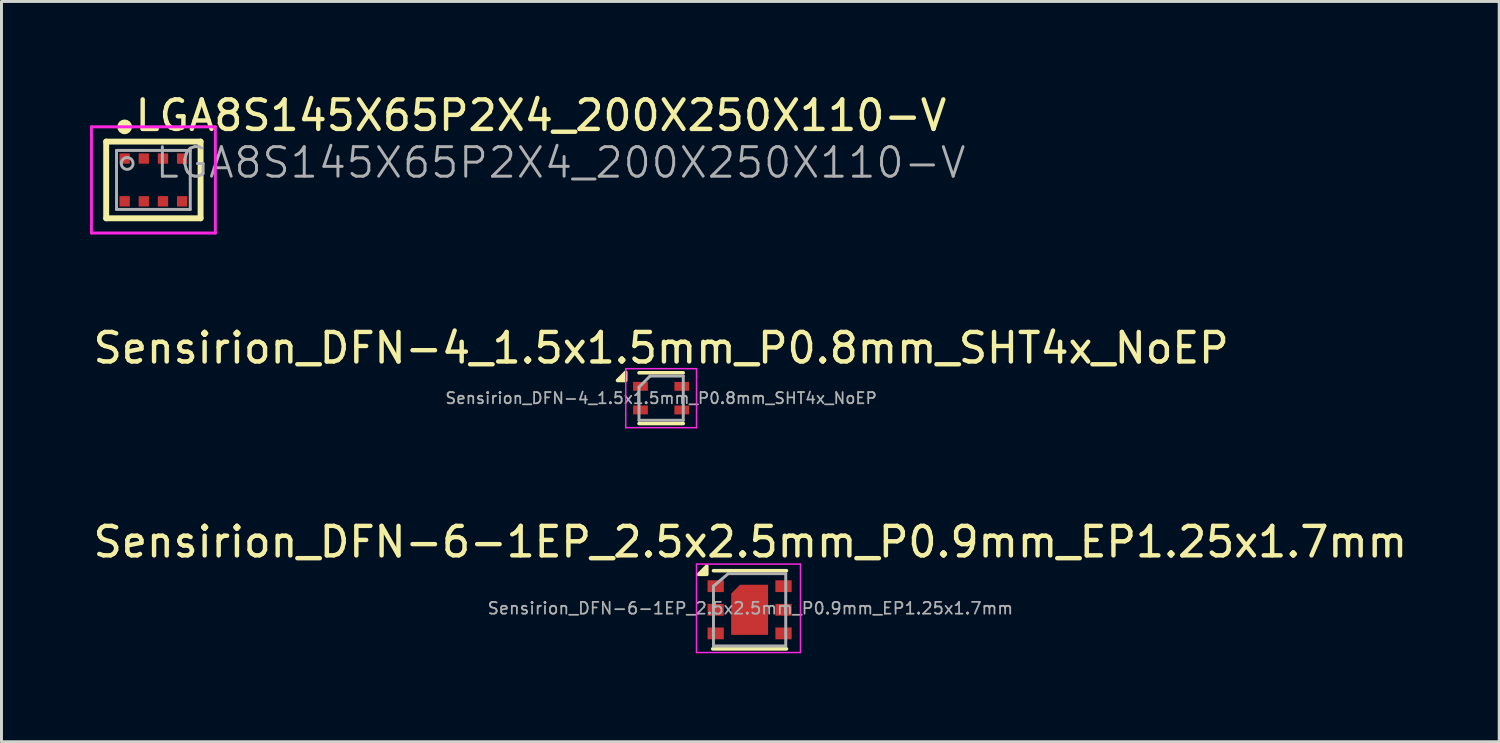
<source format=kicad_pcb>
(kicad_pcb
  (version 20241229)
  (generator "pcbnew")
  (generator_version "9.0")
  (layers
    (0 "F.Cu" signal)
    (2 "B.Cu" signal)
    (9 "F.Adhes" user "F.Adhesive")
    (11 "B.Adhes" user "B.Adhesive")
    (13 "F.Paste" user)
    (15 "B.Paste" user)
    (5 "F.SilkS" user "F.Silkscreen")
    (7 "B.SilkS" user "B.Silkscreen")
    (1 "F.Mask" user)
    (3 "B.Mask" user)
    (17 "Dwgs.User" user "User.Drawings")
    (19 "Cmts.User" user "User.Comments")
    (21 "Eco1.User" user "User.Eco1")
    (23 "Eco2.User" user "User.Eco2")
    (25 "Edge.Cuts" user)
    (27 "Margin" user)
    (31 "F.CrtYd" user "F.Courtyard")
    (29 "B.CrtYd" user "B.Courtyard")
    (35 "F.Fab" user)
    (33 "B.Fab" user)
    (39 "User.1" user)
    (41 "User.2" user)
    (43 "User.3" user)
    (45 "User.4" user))
  (footprint "Sensirion_DFN-4_1.5x1.5mm_P0.8mm_SHT4x_NoEP"
    (layer "F.Cu")
    (at 19.363 10.448)
    (property "Reference" "Sensirion_DFN-4_1.5x1.5mm_P0.8mm_SHT4x_NoEP" (at 0 -1.7 0) (layer "F.SilkS") (effects (font (size 1 1) (thickness 0.15))))
    (attr smd)
    (fp_line (start -0.75 -0.86) (end 0.75 -0.86) (stroke (width 0.12) (type solid)) (layer "F.SilkS"))
    (fp_line (start -0.75 0.86) (end 0.75 0.86) (stroke (width 0.12) (type solid)) (layer "F.SilkS"))
    (fp_poly (pts (xy -1.2 -0.6) (xy -1.48 -0.6) (xy -1.2 -0.88) (xy -1.2 -0.6)) (stroke (width 0.12) (type solid)) (fill yes) (layer "F.SilkS"))
    (fp_line (start -1.2 -1) (end -1.2 1) (stroke (width 0.05) (type solid)) (layer "F.CrtYd"))
    (fp_line (start -1.2 1) (end 1.2 1) (stroke (width 0.05) (type solid)) (layer "F.CrtYd"))
    (fp_line (start 1.2 -1) (end -1.2 -1) (stroke (width 0.05) (type solid)) (layer "F.CrtYd"))
    (fp_line (start 1.2 1) (end 1.2 -1) (stroke (width 0.05) (type solid)) (layer "F.CrtYd"))
    (fp_line (start -0.75 -0.375) (end -0.375 -0.75) (stroke (width 0.1) (type solid)) (layer "F.Fab"))
    (fp_line (start -0.75 0.75) (end -0.75 -0.375) (stroke (width 0.1) (type solid)) (layer "F.Fab"))
    (fp_line (start -0.375 -0.75) (end 0.75 -0.75) (stroke (width 0.1) (type solid)) (layer "F.Fab"))
    (fp_line (start 0.75 -0.75) (end 0.75 0.75) (stroke (width 0.1) (type solid)) (layer "F.Fab"))
    (fp_line (start 0.75 0.75) (end -0.75 0.75) (stroke (width 0.1) (type solid)) (layer "F.Fab"))
    (fp_text user "${REFERENCE}" (at 0 0 0) (layer "F.Fab") (effects (font (size 0.38 0.38) (thickness 0.06))))
    (pad "1" smd rect (at -0.7 -0.4) (size 0.5 0.3) (layers "F.Cu" "F.Mask" "F.Paste"))
    (pad "2" smd rect (at -0.7 0.4) (size 0.5 0.3) (layers "F.Cu" "F.Mask" "F.Paste"))
    (pad "3" smd rect (at 0.7 0.4) (size 0.5 0.3) (layers "F.Cu" "F.Mask" "F.Paste"))
    (pad "4" smd rect (at 0.7 -0.4) (size 0.5 0.3) (layers "F.Cu" "F.Mask" "F.Paste"))
    (zone (net_name "") (layer "F.Cu") (hatch edge 0.508) (connect_pads) (min_thickness 0.254) (filled_areas_thickness no) (keepout (tracks not_allowed) (vias not_allowed) (pads allowed) (copperpour not_allowed) (footprints allowed)) (placement (enabled no)) (fill) (polygon (pts (xy 20.113 9.898) (xy 19.813 9.898) (xy 19.813 10.198) (xy 20.113 10.198) (xy 20.113 10.698) (xy 19.813 10.698) (xy 19.813 10.998) (xy 20.113 10.998) (xy 20.113 11.198) (xy 18.613 11.198) (xy 18.613 10.998) (xy 18.913 10.998) (xy 18.913 10.698) (xy 18.613 10.698) (xy 18.613 10.198) (xy 18.913 10.198) (xy 18.913 9.898) (xy 18.613 9.898) (xy 18.613 9.698) (xy 20.113 9.698)))))
  (footprint "Sensirion_DFN-6-1EP_2.5x2.5mm_P0.9mm_EP1.25x1.7mm"
    (layer "F.Cu")
    (at 22.362 17.622)
    (property "Reference" "Sensirion_DFN-6-1EP_2.5x2.5mm_P0.9mm_EP1.25x1.7mm" (at 0.025 -2.3 0) (layer "F.SilkS") (effects (font (size 1 1) (thickness 0.15))))
    (attr smd)
    (fp_line (start -1.25 1.325) (end 1.25 1.325) (stroke (width 0.12) (type solid)) (layer "F.SilkS"))
    (fp_line (start -1.225 -1.325) (end 1.25 -1.325) (stroke (width 0.12) (type solid)) (layer "F.SilkS"))
    (fp_poly (pts (xy -1.45 -1.2) (xy -1.73 -1.2) (xy -1.45 -1.48) (xy -1.45 -1.2)) (stroke (width 0.12) (type solid)) (fill yes) (layer "F.SilkS"))
    (fp_line (start -1.8 -1.55) (end -1.8 1.45) (stroke (width 0.05) (type solid)) (layer "F.CrtYd"))
    (fp_line (start -1.8 -1.55) (end 1.725 -1.55) (stroke (width 0.05) (type solid)) (layer "F.CrtYd"))
    (fp_line (start -1.8 1.45) (end 1.725 1.45) (stroke (width 0.05) (type solid)) (layer "F.CrtYd"))
    (fp_line (start 1.725 -1.55) (end 1.725 1.45) (stroke (width 0.05) (type solid)) (layer "F.CrtYd"))
    (fp_line (start -1.225 -0.8) (end -0.725 -1.225) (stroke (width 0.1) (type solid)) (layer "F.Fab"))
    (fp_line (start -1.225 1.225) (end -1.225 -0.8) (stroke (width 0.1) (type solid)) (layer "F.Fab"))
    (fp_line (start -0.725 -1.225) (end 1.225 -1.225) (stroke (width 0.1) (type solid)) (layer "F.Fab"))
    (fp_line (start 1.225 -1.225) (end 1.225 1.225) (stroke (width 0.1) (type solid)) (layer "F.Fab"))
    (fp_line (start 1.225 1.225) (end -1.225 1.225) (stroke (width 0.1) (type solid)) (layer "F.Fab"))
    (fp_text user "${REFERENCE}" (at 0.025 -0.05 0) (layer "F.Fab") (effects (font (size 0.4 0.4) (thickness 0.06))))
    (pad "" smd custom (at -0.075 -0.05) (size 0.9 0.9) (layers "F.Paste") (options (anchor rect)) (primitives (gr_poly (pts (xy 0.6 0.8) (xy -0.45 0.8) (xy -0.45 -0.45) (xy -0.2 -0.7) (xy 0.6 -0.7)) (width 0) (fill yes))))
    (pad "1" smd rect (at -1.15 -0.8) (size 0.55 0.4) (layers "F.Cu" "F.Mask" "F.Paste"))
    (pad "2" smd rect (at -1.15 0) (size 0.55 0.4) (layers "F.Cu" "F.Mask" "F.Paste"))
    (pad "3" smd rect (at -1.15 0.8) (size 0.55 0.4) (layers "F.Cu" "F.Mask" "F.Paste"))
    (pad "4" smd rect (at 1.15 0.8 180) (size 0.55 0.4) (layers "F.Cu" "F.Mask" "F.Paste"))
    (pad "5" smd rect (at 1.15 0) (size 0.55 0.4) (layers "F.Cu" "F.Mask" "F.Paste"))
    (pad "6" smd rect (at 1.15 -0.8) (size 0.55 0.4) (layers "F.Cu" "F.Mask" "F.Paste"))
    (pad "7" smd custom (at 0.025 0) (size 1 1) (layers "F.Cu" "F.Mask") (options (anchor circle)) (primitives (gr_poly (pts (xy 0.5 0.85) (xy -0.5 0.85) (xy -0.5 -0.55) (xy -0.2 -0.85) (xy 0.5 -0.85)) (width 0) (fill yes)) (gr_poly (pts (xy -0.65 -0.55) (xy -0.35 -0.85) (xy 0.6 -0.85) (xy 0.6 0.85) (xy -0.65 0.85)) (width 0) (fill yes)))))
  (footprint "LGA8S145X65P2X4_200X250X110-V"
    (layer "F.Cu")
    (at 2.15 3.05)
    (property "Reference" "LGA8S145X65P2X4_200X250X110-V" (at -0.7 -1.6 0) (unlocked yes) (layer "F.SilkS") (effects (font (size 1 1) (thickness 0.15)) (justify left bottom)))
    (fp_line (start -1.6 -1.3) (end 1.6 -1.3) (stroke (width 0.2) (type solid)) (layer "F.SilkS"))
    (fp_line (start -1.6 1.3) (end -1.6 -1.3) (stroke (width 0.2) (type solid)) (layer "F.SilkS"))
    (fp_line (start -1.6 1.3) (end 1.6 1.3) (stroke (width 0.2) (type solid)) (layer "F.SilkS"))
    (fp_line (start 1.6 1.3) (end 1.6 -1.3) (stroke (width 0.2) (type solid)) (layer "F.SilkS"))
    (fp_circle (center -0.975 -1.8) (end -0.85 -1.8) (stroke (width 0.25) (type solid)) (fill no) (layer "F.SilkS"))
    (fp_circle (center -0.975 -0.725) (end -0.887 -0.725) (stroke (width 0.175) (type solid)) (fill no) (layer "F.Paste"))
    (fp_circle (center -0.975 0.725) (end -0.887 0.725) (stroke (width 0.175) (type solid)) (fill no) (layer "F.Paste"))
    (fp_circle (center -0.325 -0.725) (end -0.237 -0.725) (stroke (width 0.175) (type solid)) (fill no) (layer "F.Paste"))
    (fp_circle (center -0.325 0.725) (end -0.237 0.725) (stroke (width 0.175) (type solid)) (fill no) (layer "F.Paste"))
    (fp_circle (center 0.325 -0.725) (end 0.413 -0.725) (stroke (width 0.175) (type solid)) (fill no) (layer "F.Paste"))
    (fp_circle (center 0.325 0.725) (end 0.413 0.725) (stroke (width 0.175) (type solid)) (fill no) (layer "F.Paste"))
    (fp_circle (center 0.975 -0.725) (end 1.063 -0.725) (stroke (width 0.175) (type solid)) (fill no) (layer "F.Paste"))
    (fp_circle (center 0.975 0.725) (end 1.063 0.725) (stroke (width 0.175) (type solid)) (fill no) (layer "F.Paste"))
    (fp_line (start -2.1 -1.8) (end 2.1 -1.8) (stroke (width 0.1) (type solid)) (layer "F.CrtYd"))
    (fp_line (start -2.1 1.8) (end -2.1 -1.8) (stroke (width 0.1) (type solid)) (layer "F.CrtYd"))
    (fp_line (start -2.1 1.8) (end 2.1 1.8) (stroke (width 0.1) (type solid)) (layer "F.CrtYd"))
    (fp_line (start 2.1 1.8) (end 2.1 -1.8) (stroke (width 0.1) (type solid)) (layer "F.CrtYd"))
    (fp_line (start -1.25 -1) (end 1.25 -1) (stroke (width 0.1) (type solid)) (layer "F.Fab"))
    (fp_line (start -1.25 1) (end -1.25 -1) (stroke (width 0.1) (type solid)) (layer "F.Fab"))
    (fp_line (start -1.25 1) (end 1.25 1) (stroke (width 0.1) (type solid)) (layer "F.Fab"))
    (fp_line (start 1.25 1) (end 1.25 -1) (stroke (width 0.1) (type solid)) (layer "F.Fab"))
    (fp_circle (center -0.889 -0.559) (end -0.689 -0.559) (stroke (width 0.1) (type solid)) (fill no) (layer "F.Fab"))
    (fp_text user "${REFERENCE}" (at 0 0 0) (unlocked yes) (layer "F.Fab") (effects (font (size 1 1) (thickness 0.1)) (justify left bottom)))
    (pad "1" smd rect (at -0.975 -0.725) (size 0.35 0.35) (layers "F.Cu" "F.Mask"))
    (pad "2" smd rect (at -0.325 -0.725) (size 0.35 0.35) (layers "F.Cu" "F.Mask"))
    (pad "3" smd rect (at 0.325 -0.725) (size 0.35 0.35) (layers "F.Cu" "F.Mask"))
    (pad "4" smd rect (at 0.975 -0.725) (size 0.35 0.35) (layers "F.Cu" "F.Mask"))
    (pad "5" smd rect (at 0.975 0.725) (size 0.35 0.35) (layers "F.Cu" "F.Mask"))
    (pad "6" smd rect (at 0.325 0.725) (size 0.35 0.35) (layers "F.Cu" "F.Mask"))
    (pad "7" smd rect (at -0.325 0.725) (size 0.35 0.35) (layers "F.Cu" "F.Mask"))
    (pad "8" smd rect (at -0.975 0.725) (size 0.35 0.35) (layers "F.Cu" "F.Mask")))
  (gr_rect
    (start -3 -3)
    (end 47.774 22.096)
    (stroke (width 0.1) (type default))
    (fill no)
    (layer "Edge.Cuts")))
</source>
